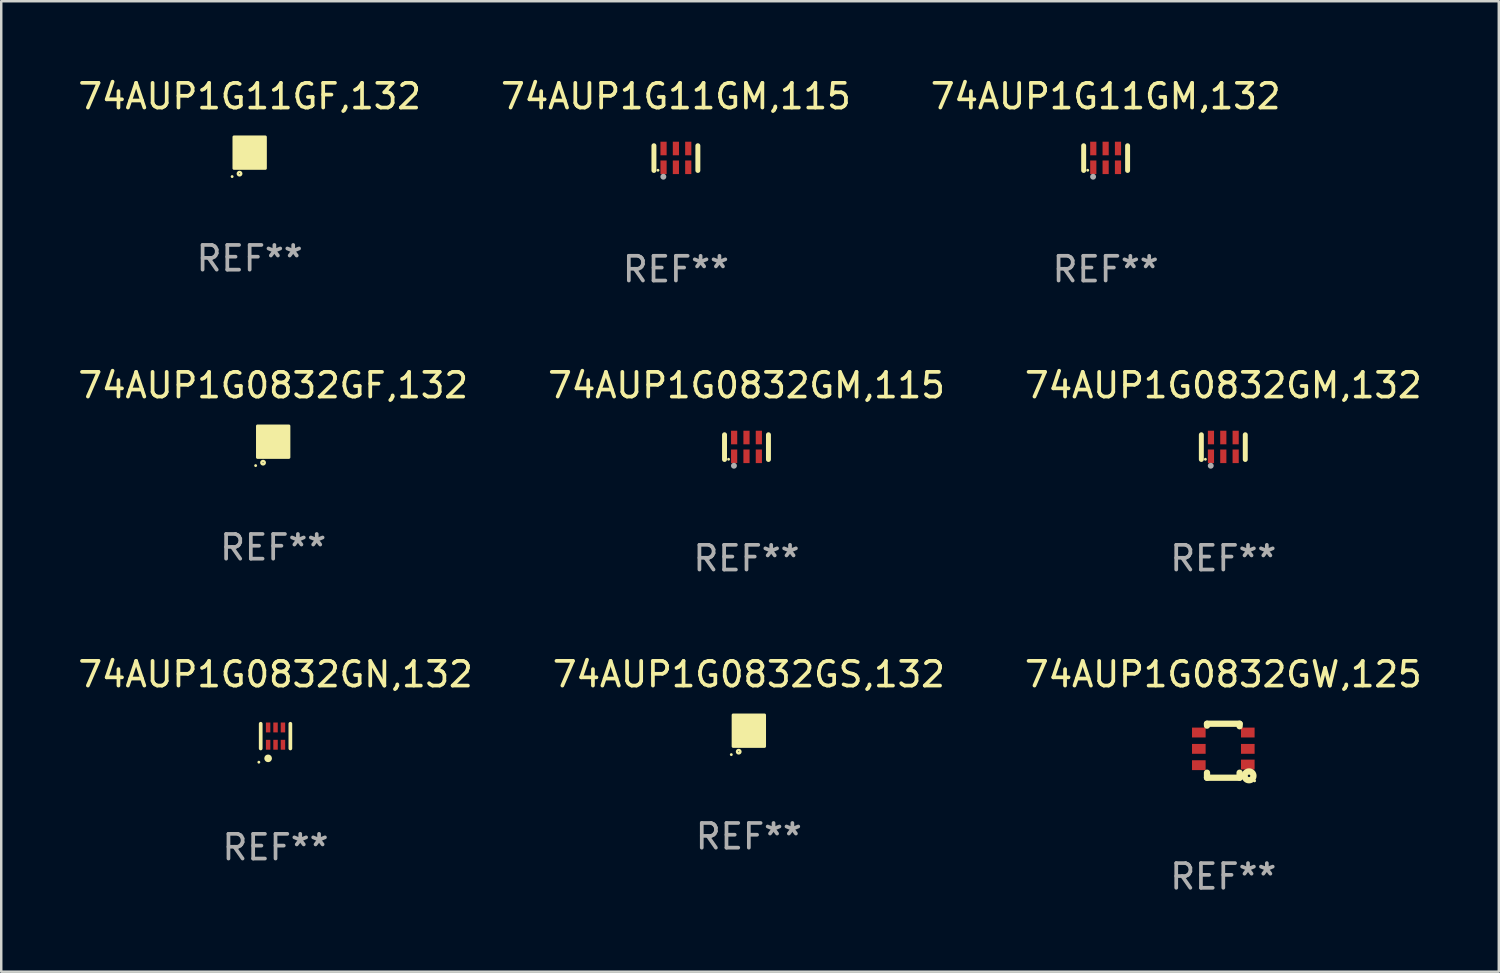
<source format=kicad_pcb>
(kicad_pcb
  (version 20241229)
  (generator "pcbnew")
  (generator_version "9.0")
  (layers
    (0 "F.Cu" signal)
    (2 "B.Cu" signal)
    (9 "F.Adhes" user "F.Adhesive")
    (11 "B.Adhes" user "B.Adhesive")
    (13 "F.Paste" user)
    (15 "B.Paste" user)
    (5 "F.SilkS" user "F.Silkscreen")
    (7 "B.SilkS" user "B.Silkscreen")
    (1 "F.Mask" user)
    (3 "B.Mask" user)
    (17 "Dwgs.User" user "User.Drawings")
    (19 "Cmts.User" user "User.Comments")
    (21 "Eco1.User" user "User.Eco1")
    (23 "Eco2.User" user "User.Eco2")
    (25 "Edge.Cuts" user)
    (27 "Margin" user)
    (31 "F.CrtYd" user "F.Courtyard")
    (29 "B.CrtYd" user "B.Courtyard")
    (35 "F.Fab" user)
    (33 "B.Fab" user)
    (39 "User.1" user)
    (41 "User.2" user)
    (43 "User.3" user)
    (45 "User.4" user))
  (footprint "74AUP1G0832GM,132"
    (layer "F.Cu")
    (at 46.458 15.045)
    (property "Reference" "74AUP1G0832GM,132" (at 0 -2.5 0) (layer "F.SilkS") (effects (font (size 1 1) (thickness 0.15))))
    (attr through_hole)
    (fp_line (start -0.889 0.5) (end -0.889 -0.5) (stroke (width 0.2) (type solid)) (layer "F.SilkS"))
    (fp_line (start 0.889 0.5) (end 0.889 -0.5) (stroke (width 0.2) (type solid)) (layer "F.SilkS"))
    (fp_circle (center -0.725 0.492) (end -0.695 0.492) (stroke (width 0.06) (type solid)) (fill no) (layer "F.SilkS"))
    (fp_circle (center -0.508 0.754) (end -0.448 0.754) (stroke (width 0.12) (type solid)) (fill no) (layer "F.Fab"))
    (fp_text user "REF**" (at 0 4.5 0) (layer "F.Fab") (effects (font (size 1 1) (thickness 0.15))))
    (pad "1" smd rect (at -0.5 0.372) (size 0.25 0.55) (layers "F.Cu" "F.Mask" "F.Paste"))
    (pad "2" smd rect (at -0.000127 0.372) (size 0.25 0.55) (layers "F.Cu" "F.Mask" "F.Paste"))
    (pad "3" smd rect (at 0.5 0.372) (size 0.25 0.55) (layers "F.Cu" "F.Mask" "F.Paste"))
    (pad "4" smd rect (at 0.5 -0.388 180) (size 0.25 0.55) (layers "F.Cu" "F.Mask" "F.Paste"))
    (pad "5" smd rect (at -0.000127 -0.388 180) (size 0.25 0.55) (layers "F.Cu" "F.Mask" "F.Paste"))
    (pad "6" smd rect (at -0.5 -0.388 180) (size 0.25 0.55) (layers "F.Cu" "F.Mask" "F.Paste")))
  (footprint "74AUP1G0832GW,125"
    (layer "F.Cu")
    (at 46.458 27.333)
    (property "Reference" "74AUP1G0832GW,125" (at 0 -3.092 0) (layer "F.SilkS") (effects (font (size 1 1) (thickness 0.15))))
    (attr through_hole)
    (fp_line (start -0.66 -1.092) (end -0.66 -1.016) (stroke (width 0.254) (type solid)) (layer "F.SilkS"))
    (fp_line (start -0.66 1.092) (end -0.66 0.889) (stroke (width 0.254) (type solid)) (layer "F.SilkS"))
    (fp_line (start 0.66 -1.092) (end -0.66 -1.092) (stroke (width 0.254) (type solid)) (layer "F.SilkS"))
    (fp_line (start 0.66 -0.991) (end 0.66 -1.092) (stroke (width 0.254) (type solid)) (layer "F.SilkS"))
    (fp_line (start 0.66 0.889) (end 0.66 1.092) (stroke (width 0.254) (type solid)) (layer "F.SilkS"))
    (fp_line (start 0.66 1.092) (end -0.66 1.092) (stroke (width 0.254) (type solid)) (layer "F.SilkS"))
    (fp_circle (center 1.041 1.016) (end 1.092 1.016) (stroke (width 0.254) (type solid)) (fill no) (layer "F.SilkS"))
    (fp_circle (center 1.266 1.219) (end 1.296 1.219) (stroke (width 0.06) (type solid)) (fill no) (layer "F.SilkS"))
    (fp_text user "REF**" (at 0 5.092 0) (layer "F.Fab") (effects (font (size 1 1) (thickness 0.15))))
    (pad "1" smd rect (at 0.991 0.559 270) (size 0.399 0.551) (layers "F.Cu" "F.Mask" "F.Paste"))
    (pad "2" smd rect (at 0.991 -0.076 270) (size 0.399 0.551) (layers "F.Cu" "F.Mask" "F.Paste"))
    (pad "3" smd rect (at 0.991 -0.737 270) (size 0.399 0.551) (layers "F.Cu" "F.Mask" "F.Paste"))
    (pad "4" smd rect (at -0.991 -0.737 270) (size 0.399 0.551) (layers "F.Cu" "F.Mask" "F.Paste"))
    (pad "5" smd rect (at -0.991 -0.076 270) (size 0.399 0.551) (layers "F.Cu" "F.Mask" "F.Paste"))
    (pad "6" smd rect (at -0.991 0.584 270) (size 0.399 0.551) (layers "F.Cu" "F.Mask" "F.Paste")))
  (footprint "74AUP1G11GM,115"
    (layer "F.Cu")
    (at 24.304 3.348)
    (property "Reference" "74AUP1G11GM,115" (at 0 -2.5 0) (layer "F.SilkS") (effects (font (size 1 1) (thickness 0.15))))
    (attr through_hole)
    (fp_line (start -0.889 0.5) (end -0.889 -0.5) (stroke (width 0.2) (type solid)) (layer "F.SilkS"))
    (fp_line (start 0.889 0.5) (end 0.889 -0.5) (stroke (width 0.2) (type solid)) (layer "F.SilkS"))
    (fp_circle (center -0.725 0.492) (end -0.695 0.492) (stroke (width 0.06) (type solid)) (fill no) (layer "F.SilkS"))
    (fp_circle (center -0.508 0.754) (end -0.448 0.754) (stroke (width 0.12) (type solid)) (fill no) (layer "F.Fab"))
    (fp_text user "REF**" (at 0 4.5 0) (layer "F.Fab") (effects (font (size 1 1) (thickness 0.15))))
    (pad "1" smd rect (at -0.5 0.372) (size 0.25 0.55) (layers "F.Cu" "F.Mask" "F.Paste"))
    (pad "2" smd rect (at -0.000127 0.372) (size 0.25 0.55) (layers "F.Cu" "F.Mask" "F.Paste"))
    (pad "3" smd rect (at 0.5 0.372) (size 0.25 0.55) (layers "F.Cu" "F.Mask" "F.Paste"))
    (pad "4" smd rect (at 0.5 -0.388 180) (size 0.25 0.55) (layers "F.Cu" "F.Mask" "F.Paste"))
    (pad "5" smd rect (at -0.000127 -0.388 180) (size 0.25 0.55) (layers "F.Cu" "F.Mask" "F.Paste"))
    (pad "6" smd rect (at -0.5 -0.388 180) (size 0.25 0.55) (layers "F.Cu" "F.Mask" "F.Paste")))
  (footprint "74AUP1G0832GF,132"
    (layer "F.Cu")
    (at 8.006 14.825)
    (property "Reference" "74AUP1G0832GF,132" (at 0 -2.28 0) (layer "F.SilkS") (effects (font (size 1 1) (thickness 0.15))))
    (attr through_hole)
    (fp_circle (center -0.71 0.968) (end -0.68 0.968) (stroke (width 0.06) (type solid)) (fill no) (layer "F.SilkS"))
    (fp_circle (center -0.41 0.85) (end -0.342 0.85) (stroke (width 0.1) (type solid)) (fill no) (layer "F.SilkS"))
    (fp_poly (pts (xy -0.635 -0.635) (xy 0.635 -0.635) (xy 0.635 0.635) (xy -0.635 0.635)) (stroke (width 0.12) (type solid)) (fill yes) (layer "F.SilkS"))
    (fp_text user "REF**" (at 0 4.28 0) (layer "F.Fab") (effects (font (size 1 1) (thickness 0.15))))
    (pad "1" smd rect (at -0.35 0.28 90) (size 0.35 0.2) (layers "F.Cu" "F.Mask" "F.Paste"))
    (pad "2" smd rect (at 0 0.28 90) (size 0.35 0.2) (layers "F.Cu" "F.Mask" "F.Paste"))
    (pad "3" smd rect (at 0.35 0.28 90) (size 0.35 0.2) (layers "F.Cu" "F.Mask" "F.Paste"))
    (pad "4" smd rect (at 0.35 -0.28 90) (size 0.35 0.2) (layers "F.Cu" "F.Mask" "F.Paste"))
    (pad "5" smd rect (at 0 -0.28 90) (size 0.35 0.2) (layers "F.Cu" "F.Mask" "F.Paste"))
    (pad "6" smd rect (at -0.35 -0.28 90) (size 0.35 0.2) (layers "F.Cu" "F.Mask" "F.Paste")))
  (footprint "74AUP1G11GF,132"
    (layer "F.Cu")
    (at 7.054 3.128)
    (property "Reference" "74AUP1G11GF,132" (at 0 -2.28 0) (layer "F.SilkS") (effects (font (size 1 1) (thickness 0.15))))
    (attr through_hole)
    (fp_circle (center -0.71 0.968) (end -0.68 0.968) (stroke (width 0.06) (type solid)) (fill no) (layer "F.SilkS"))
    (fp_circle (center -0.41 0.85) (end -0.342 0.85) (stroke (width 0.1) (type solid)) (fill no) (layer "F.SilkS"))
    (fp_poly (pts (xy -0.635 -0.635) (xy 0.635 -0.635) (xy 0.635 0.635) (xy -0.635 0.635)) (stroke (width 0.12) (type solid)) (fill yes) (layer "F.SilkS"))
    (fp_text user "REF**" (at 0 4.28 0) (layer "F.Fab") (effects (font (size 1 1) (thickness 0.15))))
    (pad "1" smd rect (at -0.35 0.28 90) (size 0.35 0.2) (layers "F.Cu" "F.Mask" "F.Paste"))
    (pad "2" smd rect (at 0 0.28 90) (size 0.35 0.2) (layers "F.Cu" "F.Mask" "F.Paste"))
    (pad "3" smd rect (at 0.35 0.28 90) (size 0.35 0.2) (layers "F.Cu" "F.Mask" "F.Paste"))
    (pad "4" smd rect (at 0.35 -0.28 90) (size 0.35 0.2) (layers "F.Cu" "F.Mask" "F.Paste"))
    (pad "5" smd rect (at 0 -0.28 90) (size 0.35 0.2) (layers "F.Cu" "F.Mask" "F.Paste"))
    (pad "6" smd rect (at -0.35 -0.28 90) (size 0.35 0.2) (layers "F.Cu" "F.Mask" "F.Paste")))
  (footprint "74AUP1G0832GM,115"
    (layer "F.Cu")
    (at 27.161 15.045)
    (property "Reference" "74AUP1G0832GM,115" (at 0 -2.5 0) (layer "F.SilkS") (effects (font (size 1 1) (thickness 0.15))))
    (attr through_hole)
    (fp_line (start -0.889 0.5) (end -0.889 -0.5) (stroke (width 0.2) (type solid)) (layer "F.SilkS"))
    (fp_line (start 0.889 0.5) (end 0.889 -0.5) (stroke (width 0.2) (type solid)) (layer "F.SilkS"))
    (fp_circle (center -0.725 0.492) (end -0.695 0.492) (stroke (width 0.06) (type solid)) (fill no) (layer "F.SilkS"))
    (fp_circle (center -0.508 0.754) (end -0.448 0.754) (stroke (width 0.12) (type solid)) (fill no) (layer "F.Fab"))
    (fp_text user "REF**" (at 0 4.5 0) (layer "F.Fab") (effects (font (size 1 1) (thickness 0.15))))
    (pad "1" smd rect (at -0.5 0.372) (size 0.25 0.55) (layers "F.Cu" "F.Mask" "F.Paste"))
    (pad "2" smd rect (at -0.000127 0.372) (size 0.25 0.55) (layers "F.Cu" "F.Mask" "F.Paste"))
    (pad "3" smd rect (at 0.5 0.372) (size 0.25 0.55) (layers "F.Cu" "F.Mask" "F.Paste"))
    (pad "4" smd rect (at 0.5 -0.388 180) (size 0.25 0.55) (layers "F.Cu" "F.Mask" "F.Paste"))
    (pad "5" smd rect (at -0.000127 -0.388 180) (size 0.25 0.55) (layers "F.Cu" "F.Mask" "F.Paste"))
    (pad "6" smd rect (at -0.5 -0.388 180) (size 0.25 0.55) (layers "F.Cu" "F.Mask" "F.Paste")))
  (footprint "74AUP1G0832GN,132"
    (layer "F.Cu")
    (at 8.101 26.741)
    (property "Reference" "74AUP1G0832GN,132" (at 0 -2.5 0) (layer "F.SilkS") (effects (font (size 1 1) (thickness 0.15))))
    (attr through_hole)
    (fp_line (start -0.6 -0.5) (end -0.6 0.5) (stroke (width 0.15) (type solid)) (layer "F.SilkS"))
    (fp_line (start 0.6 0.5) (end 0.6 -0.5) (stroke (width 0.15) (type solid)) (layer "F.SilkS"))
    (fp_circle (center -0.675 1.055) (end -0.645 1.055) (stroke (width 0.06) (type solid)) (fill no) (layer "F.SilkS"))
    (fp_circle (center -0.3 0.9) (end -0.22 0.9) (stroke (width 0.15) (type solid)) (fill no) (layer "F.SilkS"))
    (fp_text user "REF**" (at 0 4.5 0) (layer "F.Fab") (effects (font (size 1 1) (thickness 0.15))))
    (pad "1" smd rect (at -0.3 0.35) (size 0.18 0.4) (layers "F.Cu" "F.Mask" "F.Paste"))
    (pad "2" smd rect (at 0.000025 0.35) (size 0.18 0.4) (layers "F.Cu" "F.Mask" "F.Paste"))
    (pad "3" smd rect (at 0.3 0.35) (size 0.18 0.4) (layers "F.Cu" "F.Mask" "F.Paste"))
    (pad "4" smd rect (at 0.3 -0.35) (size 0.18 0.4) (layers "F.Cu" "F.Mask" "F.Paste"))
    (pad "5" smd rect (at 0.000025 -0.35) (size 0.18 0.4) (layers "F.Cu" "F.Mask" "F.Paste"))
    (pad "6" smd rect (at -0.3 -0.35) (size 0.18 0.4) (layers "F.Cu" "F.Mask" "F.Paste")))
  (footprint "74AUP1G11GM,132"
    (layer "F.Cu")
    (at 41.696 3.348)
    (property "Reference" "74AUP1G11GM,132" (at 0 -2.5 0) (layer "F.SilkS") (effects (font (size 1 1) (thickness 0.15))))
    (attr through_hole)
    (fp_line (start -0.889 0.5) (end -0.889 -0.5) (stroke (width 0.2) (type solid)) (layer "F.SilkS"))
    (fp_line (start 0.889 0.5) (end 0.889 -0.5) (stroke (width 0.2) (type solid)) (layer "F.SilkS"))
    (fp_circle (center -0.725 0.492) (end -0.695 0.492) (stroke (width 0.06) (type solid)) (fill no) (layer "F.SilkS"))
    (fp_circle (center -0.508 0.754) (end -0.448 0.754) (stroke (width 0.12) (type solid)) (fill no) (layer "F.Fab"))
    (fp_text user "REF**" (at 0 4.5 0) (layer "F.Fab") (effects (font (size 1 1) (thickness 0.15))))
    (pad "1" smd rect (at -0.5 0.372) (size 0.25 0.55) (layers "F.Cu" "F.Mask" "F.Paste"))
    (pad "2" smd rect (at -0.000127 0.372) (size 0.25 0.55) (layers "F.Cu" "F.Mask" "F.Paste"))
    (pad "3" smd rect (at 0.5 0.372) (size 0.25 0.55) (layers "F.Cu" "F.Mask" "F.Paste"))
    (pad "4" smd rect (at 0.5 -0.388 180) (size 0.25 0.55) (layers "F.Cu" "F.Mask" "F.Paste"))
    (pad "5" smd rect (at -0.000127 -0.388 180) (size 0.25 0.55) (layers "F.Cu" "F.Mask" "F.Paste"))
    (pad "6" smd rect (at -0.5 -0.388 180) (size 0.25 0.55) (layers "F.Cu" "F.Mask" "F.Paste")))
  (footprint "74AUP1G0832GS,132"
    (layer "F.Cu")
    (at 27.256 26.521)
    (property "Reference" "74AUP1G0832GS,132" (at 0 -2.28 0) (layer "F.SilkS") (effects (font (size 1 1) (thickness 0.15))))
    (attr through_hole)
    (fp_circle (center -0.71 0.968) (end -0.68 0.968) (stroke (width 0.06) (type solid)) (fill no) (layer "F.SilkS"))
    (fp_circle (center -0.41 0.85) (end -0.342 0.85) (stroke (width 0.1) (type solid)) (fill no) (layer "F.SilkS"))
    (fp_poly (pts (xy -0.635 -0.635) (xy 0.635 -0.635) (xy 0.635 0.635) (xy -0.635 0.635)) (stroke (width 0.12) (type solid)) (fill yes) (layer "F.SilkS"))
    (fp_text user "REF**" (at 0 4.28 0) (layer "F.Fab") (effects (font (size 1 1) (thickness 0.15))))
    (pad "1" smd rect (at -0.35 0.28 90) (size 0.35 0.2) (layers "F.Cu" "F.Mask" "F.Paste"))
    (pad "2" smd rect (at 0 0.28 90) (size 0.35 0.2) (layers "F.Cu" "F.Mask" "F.Paste"))
    (pad "3" smd rect (at 0.35 0.28 90) (size 0.35 0.2) (layers "F.Cu" "F.Mask" "F.Paste"))
    (pad "4" smd rect (at 0.35 -0.28 90) (size 0.35 0.2) (layers "F.Cu" "F.Mask" "F.Paste"))
    (pad "5" smd rect (at 0 -0.28 90) (size 0.35 0.2) (layers "F.Cu" "F.Mask" "F.Paste"))
    (pad "6" smd rect (at -0.35 -0.28 90) (size 0.35 0.2) (layers "F.Cu" "F.Mask" "F.Paste")))
  (gr_rect
    (start -3 -3)
    (end 57.607 36.274)
    (stroke (width 0.1) (type default))
    (fill no)
    (layer "Edge.Cuts")))
</source>
